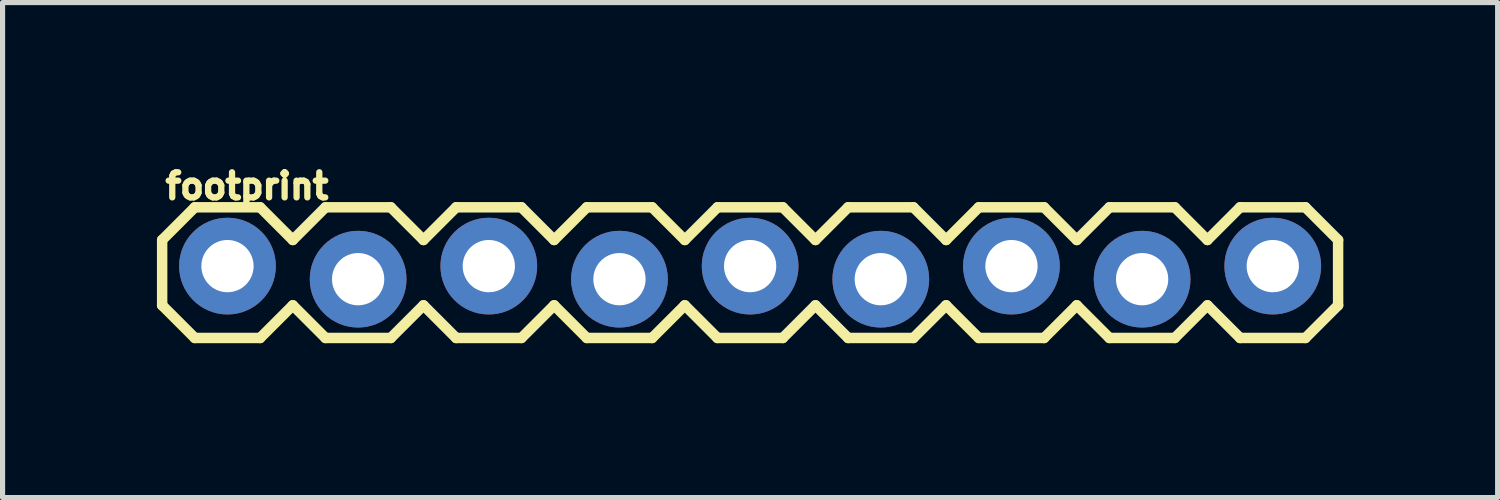
<source format=kicad_pcb>
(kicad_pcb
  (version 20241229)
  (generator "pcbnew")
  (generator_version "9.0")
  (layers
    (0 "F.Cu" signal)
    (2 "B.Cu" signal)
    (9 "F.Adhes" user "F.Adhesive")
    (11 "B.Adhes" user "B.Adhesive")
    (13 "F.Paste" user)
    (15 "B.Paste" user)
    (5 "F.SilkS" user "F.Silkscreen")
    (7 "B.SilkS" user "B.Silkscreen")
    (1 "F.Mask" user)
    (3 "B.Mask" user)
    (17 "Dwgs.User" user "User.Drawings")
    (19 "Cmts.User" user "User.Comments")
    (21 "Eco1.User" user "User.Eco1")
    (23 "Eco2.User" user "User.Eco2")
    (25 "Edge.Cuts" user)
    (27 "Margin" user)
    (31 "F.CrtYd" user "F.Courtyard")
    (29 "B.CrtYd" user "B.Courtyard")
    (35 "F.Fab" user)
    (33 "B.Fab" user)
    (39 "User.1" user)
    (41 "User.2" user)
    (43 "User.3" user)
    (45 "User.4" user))
  (footprint "footprint"
    (layer "F.Cu")
    (at 1.372 2.25)
    (property "Reference" "footprint" (at -1.27 -1.397 0) (layer "F.SilkS") (effects (font (size 0.488 0.488) (thickness 0.122)) (justify left bottom)))
    (fp_line (start -1.27 -0.635) (end -1.27 0.635) (stroke (width 0.203) (type solid)) (layer "F.SilkS"))
    (fp_line (start -1.27 0.635) (end -0.635 1.27) (stroke (width 0.203) (type solid)) (layer "F.SilkS"))
    (fp_line (start -0.635 -1.27) (end -1.27 -0.635) (stroke (width 0.203) (type solid)) (layer "F.SilkS"))
    (fp_line (start -0.635 -1.27) (end 0.635 -1.27) (stroke (width 0.203) (type solid)) (layer "F.SilkS"))
    (fp_line (start 0.635 -1.27) (end 1.27 -0.635) (stroke (width 0.203) (type solid)) (layer "F.SilkS"))
    (fp_line (start 0.635 1.27) (end -0.635 1.27) (stroke (width 0.203) (type solid)) (layer "F.SilkS"))
    (fp_line (start 1.27 -0.635) (end 1.905 -1.27) (stroke (width 0.203) (type solid)) (layer "F.SilkS"))
    (fp_line (start 1.27 0.635) (end 0.635 1.27) (stroke (width 0.203) (type solid)) (layer "F.SilkS"))
    (fp_line (start 1.905 -1.27) (end 3.175 -1.27) (stroke (width 0.203) (type solid)) (layer "F.SilkS"))
    (fp_line (start 1.905 1.27) (end 1.27 0.635) (stroke (width 0.203) (type solid)) (layer "F.SilkS"))
    (fp_line (start 3.175 -1.27) (end 3.81 -0.635) (stroke (width 0.203) (type solid)) (layer "F.SilkS"))
    (fp_line (start 3.175 1.27) (end 1.905 1.27) (stroke (width 0.203) (type solid)) (layer "F.SilkS"))
    (fp_line (start 3.81 -0.635) (end 4.445 -1.27) (stroke (width 0.203) (type solid)) (layer "F.SilkS"))
    (fp_line (start 3.81 0.635) (end 3.175 1.27) (stroke (width 0.203) (type solid)) (layer "F.SilkS"))
    (fp_line (start 4.445 -1.27) (end 5.715 -1.27) (stroke (width 0.203) (type solid)) (layer "F.SilkS"))
    (fp_line (start 4.445 1.27) (end 3.81 0.635) (stroke (width 0.203) (type solid)) (layer "F.SilkS"))
    (fp_line (start 5.715 -1.27) (end 6.35 -0.635) (stroke (width 0.203) (type solid)) (layer "F.SilkS"))
    (fp_line (start 5.715 1.27) (end 4.445 1.27) (stroke (width 0.203) (type solid)) (layer "F.SilkS"))
    (fp_line (start 6.35 0.635) (end 5.715 1.27) (stroke (width 0.203) (type solid)) (layer "F.SilkS"))
    (fp_line (start 6.35 0.635) (end 6.985 1.27) (stroke (width 0.203) (type solid)) (layer "F.SilkS"))
    (fp_line (start 6.985 -1.27) (end 6.35 -0.635) (stroke (width 0.203) (type solid)) (layer "F.SilkS"))
    (fp_line (start 6.985 -1.27) (end 8.255 -1.27) (stroke (width 0.203) (type solid)) (layer "F.SilkS"))
    (fp_line (start 8.255 -1.27) (end 8.89 -0.635) (stroke (width 0.203) (type solid)) (layer "F.SilkS"))
    (fp_line (start 8.255 1.27) (end 6.985 1.27) (stroke (width 0.203) (type solid)) (layer "F.SilkS"))
    (fp_line (start 8.89 -0.635) (end 9.525 -1.27) (stroke (width 0.203) (type solid)) (layer "F.SilkS"))
    (fp_line (start 8.89 0.635) (end 8.255 1.27) (stroke (width 0.203) (type solid)) (layer "F.SilkS"))
    (fp_line (start 9.525 -1.27) (end 10.795 -1.27) (stroke (width 0.203) (type solid)) (layer "F.SilkS"))
    (fp_line (start 9.525 1.27) (end 8.89 0.635) (stroke (width 0.203) (type solid)) (layer "F.SilkS"))
    (fp_line (start 10.795 -1.27) (end 11.43 -0.635) (stroke (width 0.203) (type solid)) (layer "F.SilkS"))
    (fp_line (start 10.795 1.27) (end 9.525 1.27) (stroke (width 0.203) (type solid)) (layer "F.SilkS"))
    (fp_line (start 11.43 -0.635) (end 12.065 -1.27) (stroke (width 0.203) (type solid)) (layer "F.SilkS"))
    (fp_line (start 11.43 0.635) (end 10.795 1.27) (stroke (width 0.203) (type solid)) (layer "F.SilkS"))
    (fp_line (start 12.065 -1.27) (end 13.335 -1.27) (stroke (width 0.203) (type solid)) (layer "F.SilkS"))
    (fp_line (start 12.065 1.27) (end 11.43 0.635) (stroke (width 0.203) (type solid)) (layer "F.SilkS"))
    (fp_line (start 13.335 -1.27) (end 13.97 -0.635) (stroke (width 0.203) (type solid)) (layer "F.SilkS"))
    (fp_line (start 13.335 1.27) (end 12.065 1.27) (stroke (width 0.203) (type solid)) (layer "F.SilkS"))
    (fp_line (start 13.97 0.635) (end 13.335 1.27) (stroke (width 0.203) (type solid)) (layer "F.SilkS"))
    (fp_line (start 13.97 0.635) (end 14.605 1.27) (stroke (width 0.203) (type solid)) (layer "F.SilkS"))
    (fp_line (start 14.605 -1.27) (end 13.97 -0.635) (stroke (width 0.203) (type solid)) (layer "F.SilkS"))
    (fp_line (start 14.605 -1.27) (end 15.875 -1.27) (stroke (width 0.203) (type solid)) (layer "F.SilkS"))
    (fp_line (start 15.875 -1.27) (end 16.51 -0.635) (stroke (width 0.203) (type solid)) (layer "F.SilkS"))
    (fp_line (start 15.875 1.27) (end 14.605 1.27) (stroke (width 0.203) (type solid)) (layer "F.SilkS"))
    (fp_line (start 16.51 0.635) (end 15.875 1.27) (stroke (width 0.203) (type solid)) (layer "F.SilkS"))
    (fp_line (start 16.51 0.635) (end 17.145 1.27) (stroke (width 0.203) (type solid)) (layer "F.SilkS"))
    (fp_line (start 17.145 -1.27) (end 16.51 -0.635) (stroke (width 0.203) (type solid)) (layer "F.SilkS"))
    (fp_line (start 17.145 -1.27) (end 18.415 -1.27) (stroke (width 0.203) (type solid)) (layer "F.SilkS"))
    (fp_line (start 18.415 -1.27) (end 19.05 -0.635) (stroke (width 0.203) (type solid)) (layer "F.SilkS"))
    (fp_line (start 18.415 1.27) (end 17.145 1.27) (stroke (width 0.203) (type solid)) (layer "F.SilkS"))
    (fp_line (start 19.05 0.635) (end 18.415 1.27) (stroke (width 0.203) (type solid)) (layer "F.SilkS"))
    (fp_line (start 19.05 0.635) (end 19.685 1.27) (stroke (width 0.203) (type solid)) (layer "F.SilkS"))
    (fp_line (start 19.685 -1.27) (end 19.05 -0.635) (stroke (width 0.203) (type solid)) (layer "F.SilkS"))
    (fp_line (start 19.685 -1.27) (end 20.955 -1.27) (stroke (width 0.203) (type solid)) (layer "F.SilkS"))
    (fp_line (start 20.955 -1.27) (end 21.59 -0.635) (stroke (width 0.203) (type solid)) (layer "F.SilkS"))
    (fp_line (start 20.955 1.27) (end 19.685 1.27) (stroke (width 0.203) (type solid)) (layer "F.SilkS"))
    (fp_line (start 21.59 -0.635) (end 21.59 0.635) (stroke (width 0.203) (type solid)) (layer "F.SilkS"))
    (fp_line (start 21.59 0.635) (end 20.955 1.27) (stroke (width 0.203) (type solid)) (layer "F.SilkS"))
    (fp_poly (pts (xy -0.254 0.254) (xy 0.254 0.254) (xy 0.254 -0.254) (xy -0.254 -0.254)) (stroke (width 0.1) (type solid)) (fill no) (layer "F.Fab"))
    (fp_poly (pts (xy 2.286 0.254) (xy 2.794 0.254) (xy 2.794 -0.254) (xy 2.286 -0.254)) (stroke (width 0.1) (type solid)) (fill no) (layer "F.Fab"))
    (fp_poly (pts (xy 4.826 0.254) (xy 5.334 0.254) (xy 5.334 -0.254) (xy 4.826 -0.254)) (stroke (width 0.1) (type solid)) (fill no) (layer "F.Fab"))
    (fp_poly (pts (xy 7.366 0.254) (xy 7.874 0.254) (xy 7.874 -0.254) (xy 7.366 -0.254)) (stroke (width 0.1) (type solid)) (fill no) (layer "F.Fab"))
    (fp_poly (pts (xy 9.906 0.254) (xy 10.414 0.254) (xy 10.414 -0.254) (xy 9.906 -0.254)) (stroke (width 0.1) (type solid)) (fill no) (layer "F.Fab"))
    (fp_poly (pts (xy 12.446 0.254) (xy 12.954 0.254) (xy 12.954 -0.254) (xy 12.446 -0.254)) (stroke (width 0.1) (type solid)) (fill no) (layer "F.Fab"))
    (fp_poly (pts (xy 14.986 0.254) (xy 15.494 0.254) (xy 15.494 -0.254) (xy 14.986 -0.254)) (stroke (width 0.1) (type solid)) (fill no) (layer "F.Fab"))
    (fp_poly (pts (xy 17.526 0.254) (xy 18.034 0.254) (xy 18.034 -0.254) (xy 17.526 -0.254)) (stroke (width 0.1) (type solid)) (fill no) (layer "F.Fab"))
    (fp_poly (pts (xy 20.066 0.254) (xy 20.574 0.254) (xy 20.574 -0.254) (xy 20.066 -0.254)) (stroke (width 0.1) (type solid)) (fill no) (layer "F.Fab"))
    (pad "1" thru_hole circle (at 0 -0.127 90) (size 1.88 1.88) (drill 1.016) (layers "*.Cu" "*.Mask"))
    (pad "2" thru_hole circle (at 2.54 0.127 90) (size 1.88 1.88) (drill 1.016) (layers "*.Cu" "*.Mask"))
    (pad "3" thru_hole circle (at 5.08 -0.127 90) (size 1.88 1.88) (drill 1.016) (layers "*.Cu" "*.Mask"))
    (pad "4" thru_hole circle (at 7.62 0.127 90) (size 1.88 1.88) (drill 1.016) (layers "*.Cu" "*.Mask"))
    (pad "5" thru_hole circle (at 10.16 -0.127 90) (size 1.88 1.88) (drill 1.016) (layers "*.Cu" "*.Mask"))
    (pad "6" thru_hole circle (at 12.7 0.127 90) (size 1.88 1.88) (drill 1.016) (layers "*.Cu" "*.Mask"))
    (pad "7" thru_hole circle (at 15.24 -0.127 90) (size 1.88 1.88) (drill 1.016) (layers "*.Cu" "*.Mask"))
    (pad "8" thru_hole circle (at 17.78 0.127 90) (size 1.88 1.88) (drill 1.016) (layers "*.Cu" "*.Mask"))
    (pad "9" thru_hole circle (at 20.32 -0.127 90) (size 1.88 1.88) (drill 1.016) (layers "*.Cu" "*.Mask")))
  (gr_rect
    (start -3 -3)
    (end 26.063 6.622)
    (stroke (width 0.1) (type default))
    (fill no)
    (layer "Edge.Cuts")))
</source>
